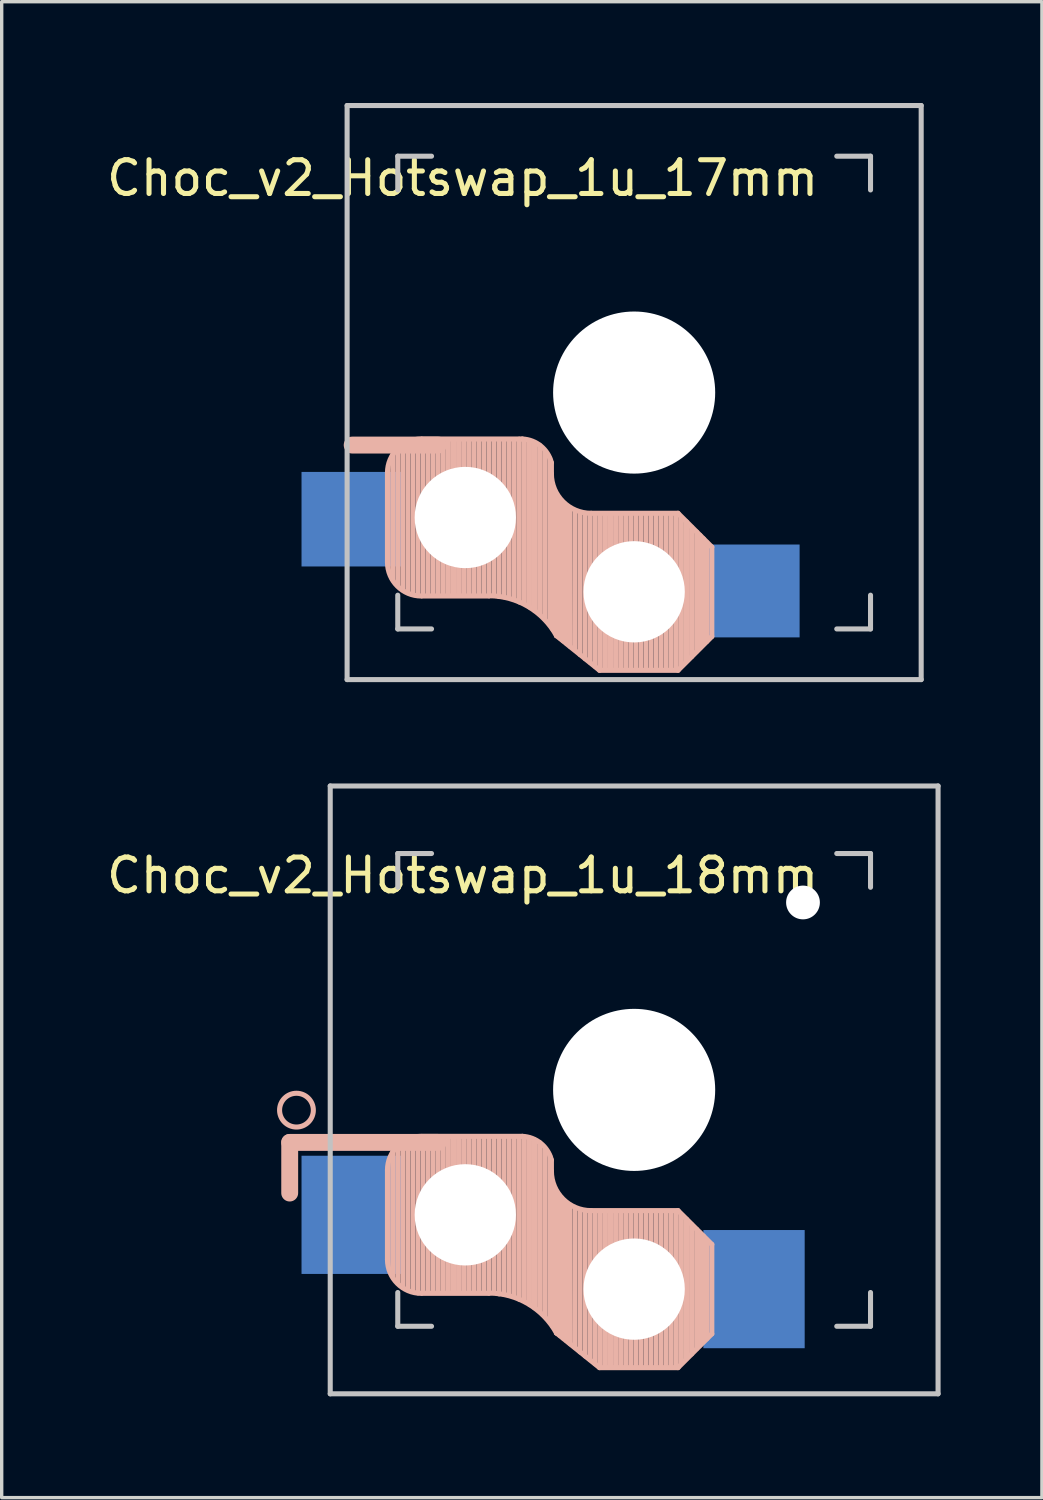
<source format=kicad_pcb>
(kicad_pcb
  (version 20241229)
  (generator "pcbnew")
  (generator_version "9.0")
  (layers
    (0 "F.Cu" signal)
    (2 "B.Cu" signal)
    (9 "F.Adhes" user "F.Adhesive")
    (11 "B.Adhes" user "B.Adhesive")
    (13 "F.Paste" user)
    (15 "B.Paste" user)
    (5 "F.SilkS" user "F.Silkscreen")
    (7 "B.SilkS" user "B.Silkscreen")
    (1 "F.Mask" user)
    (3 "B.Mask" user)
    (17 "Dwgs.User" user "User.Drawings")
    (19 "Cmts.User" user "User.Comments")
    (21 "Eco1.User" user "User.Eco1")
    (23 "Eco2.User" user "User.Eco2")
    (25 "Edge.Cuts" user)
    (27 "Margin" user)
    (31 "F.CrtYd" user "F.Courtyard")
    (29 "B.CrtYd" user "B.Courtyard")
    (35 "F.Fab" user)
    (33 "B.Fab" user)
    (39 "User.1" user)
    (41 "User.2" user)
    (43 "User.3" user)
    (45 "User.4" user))
  (footprint "Choc_v2_Hotswap_1u_17mm"
    (layer "F.Cu")
    (at 15.729 8.575)
    (property "Reference" "Choc_v2_Hotswap_1u_17mm" (at -5.08 -6.35 180) (layer "F.SilkS") (effects (font (size 1 1) (thickness 0.15))))
    (attr through_hole)
    (fp_line (start -7.305 2.375) (end -7.305 5.025) (stroke (width 0.15) (type solid)) (layer "B.SilkS"))
    (fp_line (start -7.15 5.53) (end -7.15 1.85) (stroke (width 0.15) (type solid)) (layer "B.SilkS"))
    (fp_line (start -7 5.7) (end -7 1.73) (stroke (width 0.15) (type solid)) (layer "B.SilkS"))
    (fp_line (start -6.85 5.84) (end -6.85 1.7) (stroke (width 0.15) (type solid)) (layer "B.SilkS"))
    (fp_line (start -6.7 5.92) (end -6.7 1.8) (stroke (width 0.15) (type solid)) (layer "B.SilkS"))
    (fp_line (start -6.55 5.97) (end -6.55 1.65) (stroke (width 0.15) (type solid)) (layer "B.SilkS"))
    (fp_line (start -6.4 6.01) (end -6.4 1.5) (stroke (width 0.15) (type solid)) (layer "B.SilkS"))
    (fp_line (start -6.25 6) (end -6.25 1.4) (stroke (width 0.15) (type solid)) (layer "B.SilkS"))
    (fp_line (start -6.1 6) (end -6.1 1.4) (stroke (width 0.15) (type solid)) (layer "B.SilkS"))
    (fp_line (start -5.95 6) (end -5.95 1.4) (stroke (width 0.15) (type solid)) (layer "B.SilkS"))
    (fp_line (start -5.8 1.555) (end -8.35 1.555) (stroke (width 0.5) (type default)) (layer "B.SilkS"))
    (fp_line (start -5.8 6) (end -5.8 1.4) (stroke (width 0.15) (type solid)) (layer "B.SilkS"))
    (fp_line (start -5.65 6) (end -5.65 1.4) (stroke (width 0.15) (type solid)) (layer "B.SilkS"))
    (fp_line (start -5.5 6) (end -5.5 1.4) (stroke (width 0.15) (type solid)) (layer "B.SilkS"))
    (fp_line (start -5.35 6) (end -5.35 1.4) (stroke (width 0.15) (type solid)) (layer "B.SilkS"))
    (fp_line (start -5.2 6) (end -5.2 1.4) (stroke (width 0.15) (type solid)) (layer "B.SilkS"))
    (fp_line (start -5.05 6) (end -5.05 1.4) (stroke (width 0.15) (type solid)) (layer "B.SilkS"))
    (fp_line (start -4.9 6) (end -4.9 1.4) (stroke (width 0.15) (type solid)) (layer "B.SilkS"))
    (fp_line (start -4.75 6) (end -4.75 1.4) (stroke (width 0.15) (type solid)) (layer "B.SilkS"))
    (fp_line (start -4.6 6) (end -4.6 1.4) (stroke (width 0.15) (type solid)) (layer "B.SilkS"))
    (fp_line (start -4.45 6) (end -4.45 1.4) (stroke (width 0.15) (type solid)) (layer "B.SilkS"))
    (fp_line (start -4.3 6) (end -4.3 1.4) (stroke (width 0.15) (type solid)) (layer "B.SilkS"))
    (fp_line (start -4.3 6.025) (end -6.275 6.025) (stroke (width 0.15) (type solid)) (layer "B.SilkS"))
    (fp_line (start -4.15 6) (end -4.15 1.45) (stroke (width 0.15) (type solid)) (layer "B.SilkS"))
    (fp_line (start -4 6.04) (end -4 1.4) (stroke (width 0.15) (type solid)) (layer "B.SilkS"))
    (fp_line (start -3.85 6.05) (end -3.85 1.4) (stroke (width 0.15) (type solid)) (layer "B.SilkS"))
    (fp_line (start -3.7 6.05) (end -3.7 1.45) (stroke (width 0.15) (type solid)) (layer "B.SilkS"))
    (fp_line (start -3.55 6.1) (end -3.55 1.39) (stroke (width 0.15) (type solid)) (layer "B.SilkS"))
    (fp_line (start -3.4 6.2) (end -3.4 1.38) (stroke (width 0.15) (type solid)) (layer "B.SilkS"))
    (fp_line (start -3.311 1.375) (end -6.275 1.375) (stroke (width 0.15) (type solid)) (layer "B.SilkS"))
    (fp_line (start -3.25 6.25) (end -3.25 1.4) (stroke (width 0.15) (type solid)) (layer "B.SilkS"))
    (fp_line (start -3.1 6.35) (end -3.1 1.43) (stroke (width 0.15) (type solid)) (layer "B.SilkS"))
    (fp_line (start -2.95 6.45) (end -2.95 1.48) (stroke (width 0.15) (type solid)) (layer "B.SilkS"))
    (fp_line (start -2.8 6.55) (end -2.8 1.56) (stroke (width 0.15) (type solid)) (layer "B.SilkS"))
    (fp_line (start -2.65 6.7) (end -2.65 1.75) (stroke (width 0.15) (type solid)) (layer "B.SilkS"))
    (fp_line (start -2.5 6.85) (end -2.5 1.95) (stroke (width 0.15) (type solid)) (layer "B.SilkS"))
    (fp_line (start -2.45 2.4) (end -2.45 2.077) (stroke (width 0.15) (type default)) (layer "B.SilkS"))
    (fp_line (start -2.4 7.02) (end -2.4 2.9) (stroke (width 0.15) (type solid)) (layer "B.SilkS"))
    (fp_line (start -2.3 7.2) (end -2.3 3.05) (stroke (width 0.15) (type solid)) (layer "B.SilkS"))
    (fp_line (start -2.3 7.2) (end -1.025 8.225) (stroke (width 0.15) (type solid)) (layer "B.SilkS"))
    (fp_line (start -2.2 7.27) (end -2.2 3.25) (stroke (width 0.15) (type solid)) (layer "B.SilkS"))
    (fp_line (start -2.1 7.35) (end -2.1 3.35) (stroke (width 0.15) (type solid)) (layer "B.SilkS"))
    (fp_line (start -2 7.43) (end -2 3.4) (stroke (width 0.15) (type solid)) (layer "B.SilkS"))
    (fp_line (start -1.89 7.52) (end -1.9 3.45) (stroke (width 0.15) (type solid)) (layer "B.SilkS"))
    (fp_line (start -1.75 7.62) (end -1.75 3.5) (stroke (width 0.15) (type solid)) (layer "B.SilkS"))
    (fp_line (start -1.6 7.76) (end -1.6 3.6) (stroke (width 0.15) (type solid)) (layer "B.SilkS"))
    (fp_line (start -1.45 7.88) (end -1.45 3.6) (stroke (width 0.15) (type solid)) (layer "B.SilkS"))
    (fp_line (start -1.3 7.99) (end -1.3 3.6) (stroke (width 0.15) (type solid)) (layer "B.SilkS"))
    (fp_line (start -1.15 8.11) (end -1.15 3.65) (stroke (width 0.15) (type solid)) (layer "B.SilkS"))
    (fp_line (start -1 8.2) (end -1 3.6) (stroke (width 0.15) (type solid)) (layer "B.SilkS"))
    (fp_line (start -0.85 8.2) (end -0.85 3.6) (stroke (width 0.15) (type solid)) (layer "B.SilkS"))
    (fp_line (start -0.7 8.2) (end -0.7 3.6) (stroke (width 0.15) (type solid)) (layer "B.SilkS"))
    (fp_line (start -0.55 8.2) (end -0.55 3.6) (stroke (width 0.15) (type solid)) (layer "B.SilkS"))
    (fp_line (start -0.4 8.2) (end -0.4 3.6) (stroke (width 0.15) (type solid)) (layer "B.SilkS"))
    (fp_line (start -0.25 8.2) (end -0.25 3.6) (stroke (width 0.15) (type solid)) (layer "B.SilkS"))
    (fp_line (start -0.1 8.2) (end -0.1 3.6) (stroke (width 0.15) (type solid)) (layer "B.SilkS"))
    (fp_line (start 0.05 8.2) (end 0.05 3.6) (stroke (width 0.15) (type solid)) (layer "B.SilkS"))
    (fp_line (start 0.2 8.2) (end 0.2 3.6) (stroke (width 0.15) (type solid)) (layer "B.SilkS"))
    (fp_line (start 0.35 8.2) (end 0.35 3.6) (stroke (width 0.15) (type solid)) (layer "B.SilkS"))
    (fp_line (start 0.5 8.2) (end 0.5 3.6) (stroke (width 0.15) (type solid)) (layer "B.SilkS"))
    (fp_line (start 0.65 8.2) (end 0.65 3.6) (stroke (width 0.15) (type solid)) (layer "B.SilkS"))
    (fp_line (start 0.8 8.2) (end 0.8 3.6) (stroke (width 0.15) (type solid)) (layer "B.SilkS"))
    (fp_line (start 0.95 8.2) (end 0.95 3.6) (stroke (width 0.15) (type solid)) (layer "B.SilkS"))
    (fp_line (start 1.1 8.2) (end 1.1 3.6) (stroke (width 0.15) (type solid)) (layer "B.SilkS"))
    (fp_line (start 1.25 8.2) (end 1.25 3.6) (stroke (width 0.15) (type solid)) (layer "B.SilkS"))
    (fp_line (start 1.3 3.575) (end -1.275 3.575) (stroke (width 0.15) (type solid)) (layer "B.SilkS"))
    (fp_line (start 1.3 8.225) (end -1.025 8.225) (stroke (width 0.15) (type solid)) (layer "B.SilkS"))
    (fp_line (start 1.4 8.09) (end 1.4 3.7) (stroke (width 0.15) (type solid)) (layer "B.SilkS"))
    (fp_line (start 1.55 7.95) (end 1.55 3.83) (stroke (width 0.15) (type solid)) (layer "B.SilkS"))
    (fp_line (start 1.7 7.82) (end 1.7 3.99) (stroke (width 0.15) (type solid)) (layer "B.SilkS"))
    (fp_line (start 1.85 7.66) (end 1.85 4.13) (stroke (width 0.15) (type solid)) (layer "B.SilkS"))
    (fp_line (start 1.95 7.56) (end 1.95 4.23) (stroke (width 0.15) (type solid)) (layer "B.SilkS"))
    (fp_line (start 2.05 7.45) (end 2.05 4.33) (stroke (width 0.15) (type solid)) (layer "B.SilkS"))
    (fp_line (start 2.15 7.37) (end 2.15 4.44) (stroke (width 0.15) (type solid)) (layer "B.SilkS"))
    (fp_line (start 2.3 4.575) (end 1.3 3.575) (stroke (width 0.15) (type solid)) (layer "B.SilkS"))
    (fp_line (start 2.3 4.575) (end 2.3 7.225) (stroke (width 0.15) (type solid)) (layer "B.SilkS"))
    (fp_line (start 2.3 7.225) (end 1.3 8.225) (stroke (width 0.15) (type solid)) (layer "B.SilkS"))
    (fp_arc (start -7.305 2.375) (mid -7.012107 1.667893) (end -6.305 1.375) (stroke (width 0.15) (type solid)) (layer "B.SilkS"))
    (fp_arc (start -6.305 6.025) (mid -7.012107 5.732107) (end -7.305 5.025) (stroke (width 0.15) (type solid)) (layer "B.SilkS"))
    (fp_arc (start -4.3 6.017458) (mid -3.138277 6.335211) (end -2.3 7.2) (stroke (width 0.15) (type solid)) (layer "B.SilkS"))
    (fp_arc (start -3.311204 1.375) (mid -2.763915 1.58277) (end -2.45 2.076887) (stroke (width 0.15) (type solid)) (layer "B.SilkS"))
    (fp_arc (start -1.275 3.575) (mid -2.10585 3.23085) (end -2.45 2.4) (stroke (width 0.15) (type solid)) (layer "B.SilkS"))
    (fp_line (start -8.5 -8.5) (end 8.5 -8.5) (stroke (width 0.15) (type solid)) (layer "Dwgs.User"))
    (fp_line (start -8.5 8.5) (end -8.5 -8.5) (stroke (width 0.15) (type solid)) (layer "Dwgs.User"))
    (fp_line (start -7 -7) (end -6 -7) (stroke (width 0.15) (type solid)) (layer "Dwgs.User"))
    (fp_line (start -7 -6) (end -7 -7) (stroke (width 0.15) (type solid)) (layer "Dwgs.User"))
    (fp_line (start -7 7) (end -7 6) (stroke (width 0.15) (type solid)) (layer "Dwgs.User"))
    (fp_line (start -6 7) (end -7 7) (stroke (width 0.15) (type solid)) (layer "Dwgs.User"))
    (fp_line (start 6 7) (end 7 7) (stroke (width 0.15) (type solid)) (layer "Dwgs.User"))
    (fp_line (start 7 -7) (end 6 -7) (stroke (width 0.15) (type solid)) (layer "Dwgs.User"))
    (fp_line (start 7 -6) (end 7 -7) (stroke (width 0.15) (type solid)) (layer "Dwgs.User"))
    (fp_line (start 7 7) (end 7 6) (stroke (width 0.15) (type solid)) (layer "Dwgs.User"))
    (fp_line (start 8.5 -8.5) (end 8.5 8.5) (stroke (width 0.15) (type solid)) (layer "Dwgs.User"))
    (fp_line (start 8.5 8.5) (end -8.5 8.5) (stroke (width 0.15) (type solid)) (layer "Dwgs.User"))
    (pad "" np_thru_hole circle (at -5 3.7 90) (size 3 3) (drill 3) (layers "*.Cu" "*.Mask"))
    (pad "" np_thru_hole circle (at 0 0 90) (size 4.8 4.8) (drill 4.8) (layers "*.Cu" "*.Mask"))
    (pad "" np_thru_hole circle (at 0 5.9 90) (size 3 3) (drill 3) (layers "*.Cu" "*.Mask"))
    (pad "1" smd rect (at -8.35 3.75 180) (size 3 2.8) (layers "B.Cu" "B.Mask" "B.Paste"))
    (pad "2" smd rect (at 3.475 5.875 180) (size 2.85 2.75) (layers "B.Cu" "B.Mask" "B.Paste")))
  (footprint "Choc_v2_Hotswap_1u_18mm"
    (layer "F.Cu")
    (at 15.729 29.225)
    (property "Reference" "Choc_v2_Hotswap_1u_18mm" (at -5.08 -6.35 180) (layer "F.SilkS") (effects (font (size 1 1) (thickness 0.15))))
    (attr through_hole)
    (fp_line (start -10.2 1.555) (end -10.2 3.055) (stroke (width 0.5) (type default)) (layer "B.SilkS"))
    (fp_line (start -7.305 2.375) (end -7.305 5.025) (stroke (width 0.15) (type solid)) (layer "B.SilkS"))
    (fp_line (start -7.15 5.53) (end -7.15 1.85) (stroke (width 0.15) (type solid)) (layer "B.SilkS"))
    (fp_line (start -7 5.7) (end -7 1.73) (stroke (width 0.15) (type solid)) (layer "B.SilkS"))
    (fp_line (start -6.85 5.84) (end -6.85 1.7) (stroke (width 0.15) (type solid)) (layer "B.SilkS"))
    (fp_line (start -6.7 5.92) (end -6.7 1.8) (stroke (width 0.15) (type solid)) (layer "B.SilkS"))
    (fp_line (start -6.55 5.97) (end -6.55 1.65) (stroke (width 0.15) (type solid)) (layer "B.SilkS"))
    (fp_line (start -6.4 6.01) (end -6.4 1.5) (stroke (width 0.15) (type solid)) (layer "B.SilkS"))
    (fp_line (start -6.25 6) (end -6.25 1.4) (stroke (width 0.15) (type solid)) (layer "B.SilkS"))
    (fp_line (start -6.1 6) (end -6.1 1.4) (stroke (width 0.15) (type solid)) (layer "B.SilkS"))
    (fp_line (start -5.95 6) (end -5.95 1.4) (stroke (width 0.15) (type solid)) (layer "B.SilkS"))
    (fp_line (start -5.8 1.555) (end -10.2 1.555) (stroke (width 0.5) (type default)) (layer "B.SilkS"))
    (fp_line (start -5.8 6) (end -5.8 1.4) (stroke (width 0.15) (type solid)) (layer "B.SilkS"))
    (fp_line (start -5.65 6) (end -5.65 1.4) (stroke (width 0.15) (type solid)) (layer "B.SilkS"))
    (fp_line (start -5.5 6) (end -5.5 1.4) (stroke (width 0.15) (type solid)) (layer "B.SilkS"))
    (fp_line (start -5.35 6) (end -5.35 1.4) (stroke (width 0.15) (type solid)) (layer "B.SilkS"))
    (fp_line (start -5.2 6) (end -5.2 1.4) (stroke (width 0.15) (type solid)) (layer "B.SilkS"))
    (fp_line (start -5.05 6) (end -5.05 1.4) (stroke (width 0.15) (type solid)) (layer "B.SilkS"))
    (fp_line (start -4.9 6) (end -4.9 1.4) (stroke (width 0.15) (type solid)) (layer "B.SilkS"))
    (fp_line (start -4.75 6) (end -4.75 1.4) (stroke (width 0.15) (type solid)) (layer "B.SilkS"))
    (fp_line (start -4.6 6) (end -4.6 1.4) (stroke (width 0.15) (type solid)) (layer "B.SilkS"))
    (fp_line (start -4.45 6) (end -4.45 1.4) (stroke (width 0.15) (type solid)) (layer "B.SilkS"))
    (fp_line (start -4.3 6) (end -4.3 1.4) (stroke (width 0.15) (type solid)) (layer "B.SilkS"))
    (fp_line (start -4.3 6.025) (end -6.275 6.025) (stroke (width 0.15) (type solid)) (layer "B.SilkS"))
    (fp_line (start -4.15 6) (end -4.15 1.45) (stroke (width 0.15) (type solid)) (layer "B.SilkS"))
    (fp_line (start -4 6.04) (end -4 1.4) (stroke (width 0.15) (type solid)) (layer "B.SilkS"))
    (fp_line (start -3.85 6.05) (end -3.85 1.4) (stroke (width 0.15) (type solid)) (layer "B.SilkS"))
    (fp_line (start -3.7 6.05) (end -3.7 1.45) (stroke (width 0.15) (type solid)) (layer "B.SilkS"))
    (fp_line (start -3.55 6.1) (end -3.55 1.39) (stroke (width 0.15) (type solid)) (layer "B.SilkS"))
    (fp_line (start -3.4 6.2) (end -3.4 1.38) (stroke (width 0.15) (type solid)) (layer "B.SilkS"))
    (fp_line (start -3.311 1.375) (end -6.275 1.375) (stroke (width 0.15) (type solid)) (layer "B.SilkS"))
    (fp_line (start -3.25 6.25) (end -3.25 1.4) (stroke (width 0.15) (type solid)) (layer "B.SilkS"))
    (fp_line (start -3.1 6.35) (end -3.1 1.43) (stroke (width 0.15) (type solid)) (layer "B.SilkS"))
    (fp_line (start -2.95 6.45) (end -2.95 1.48) (stroke (width 0.15) (type solid)) (layer "B.SilkS"))
    (fp_line (start -2.8 6.55) (end -2.8 1.56) (stroke (width 0.15) (type solid)) (layer "B.SilkS"))
    (fp_line (start -2.65 6.7) (end -2.65 1.75) (stroke (width 0.15) (type solid)) (layer "B.SilkS"))
    (fp_line (start -2.5 6.85) (end -2.5 1.95) (stroke (width 0.15) (type solid)) (layer "B.SilkS"))
    (fp_line (start -2.45 2.4) (end -2.45 2.077) (stroke (width 0.15) (type default)) (layer "B.SilkS"))
    (fp_line (start -2.4 7.02) (end -2.4 2.9) (stroke (width 0.15) (type solid)) (layer "B.SilkS"))
    (fp_line (start -2.3 7.2) (end -2.3 3.05) (stroke (width 0.15) (type solid)) (layer "B.SilkS"))
    (fp_line (start -2.3 7.2) (end -1.025 8.225) (stroke (width 0.15) (type solid)) (layer "B.SilkS"))
    (fp_line (start -2.2 7.27) (end -2.2 3.25) (stroke (width 0.15) (type solid)) (layer "B.SilkS"))
    (fp_line (start -2.1 7.35) (end -2.1 3.35) (stroke (width 0.15) (type solid)) (layer "B.SilkS"))
    (fp_line (start -2 7.43) (end -2 3.4) (stroke (width 0.15) (type solid)) (layer "B.SilkS"))
    (fp_line (start -1.89 7.52) (end -1.9 3.45) (stroke (width 0.15) (type solid)) (layer "B.SilkS"))
    (fp_line (start -1.75 7.62) (end -1.75 3.5) (stroke (width 0.15) (type solid)) (layer "B.SilkS"))
    (fp_line (start -1.6 7.76) (end -1.6 3.6) (stroke (width 0.15) (type solid)) (layer "B.SilkS"))
    (fp_line (start -1.45 7.88) (end -1.45 3.6) (stroke (width 0.15) (type solid)) (layer "B.SilkS"))
    (fp_line (start -1.3 7.99) (end -1.3 3.6) (stroke (width 0.15) (type solid)) (layer "B.SilkS"))
    (fp_line (start -1.15 8.11) (end -1.15 3.65) (stroke (width 0.15) (type solid)) (layer "B.SilkS"))
    (fp_line (start -1 8.2) (end -1 3.6) (stroke (width 0.15) (type solid)) (layer "B.SilkS"))
    (fp_line (start -0.85 8.2) (end -0.85 3.6) (stroke (width 0.15) (type solid)) (layer "B.SilkS"))
    (fp_line (start -0.7 8.2) (end -0.7 3.6) (stroke (width 0.15) (type solid)) (layer "B.SilkS"))
    (fp_line (start -0.55 8.2) (end -0.55 3.6) (stroke (width 0.15) (type solid)) (layer "B.SilkS"))
    (fp_line (start -0.4 8.2) (end -0.4 3.6) (stroke (width 0.15) (type solid)) (layer "B.SilkS"))
    (fp_line (start -0.25 8.2) (end -0.25 3.6) (stroke (width 0.15) (type solid)) (layer "B.SilkS"))
    (fp_line (start -0.1 8.2) (end -0.1 3.6) (stroke (width 0.15) (type solid)) (layer "B.SilkS"))
    (fp_line (start 0.05 8.2) (end 0.05 3.6) (stroke (width 0.15) (type solid)) (layer "B.SilkS"))
    (fp_line (start 0.2 8.2) (end 0.2 3.6) (stroke (width 0.15) (type solid)) (layer "B.SilkS"))
    (fp_line (start 0.35 8.2) (end 0.35 3.6) (stroke (width 0.15) (type solid)) (layer "B.SilkS"))
    (fp_line (start 0.5 8.2) (end 0.5 3.6) (stroke (width 0.15) (type solid)) (layer "B.SilkS"))
    (fp_line (start 0.65 8.2) (end 0.65 3.6) (stroke (width 0.15) (type solid)) (layer "B.SilkS"))
    (fp_line (start 0.8 8.2) (end 0.8 3.6) (stroke (width 0.15) (type solid)) (layer "B.SilkS"))
    (fp_line (start 0.95 8.2) (end 0.95 3.6) (stroke (width 0.15) (type solid)) (layer "B.SilkS"))
    (fp_line (start 1.1 8.2) (end 1.1 3.6) (stroke (width 0.15) (type solid)) (layer "B.SilkS"))
    (fp_line (start 1.25 8.2) (end 1.25 3.6) (stroke (width 0.15) (type solid)) (layer "B.SilkS"))
    (fp_line (start 1.3 3.575) (end -1.275 3.575) (stroke (width 0.15) (type solid)) (layer "B.SilkS"))
    (fp_line (start 1.3 8.225) (end -1.025 8.225) (stroke (width 0.15) (type solid)) (layer "B.SilkS"))
    (fp_line (start 1.4 8.09) (end 1.4 3.7) (stroke (width 0.15) (type solid)) (layer "B.SilkS"))
    (fp_line (start 1.55 7.95) (end 1.55 3.83) (stroke (width 0.15) (type solid)) (layer "B.SilkS"))
    (fp_line (start 1.7 7.82) (end 1.7 3.99) (stroke (width 0.15) (type solid)) (layer "B.SilkS"))
    (fp_line (start 1.85 7.66) (end 1.85 4.13) (stroke (width 0.15) (type solid)) (layer "B.SilkS"))
    (fp_line (start 1.95 7.56) (end 1.95 4.23) (stroke (width 0.15) (type solid)) (layer "B.SilkS"))
    (fp_line (start 2.05 7.45) (end 2.05 4.33) (stroke (width 0.15) (type solid)) (layer "B.SilkS"))
    (fp_line (start 2.15 7.37) (end 2.15 4.44) (stroke (width 0.15) (type solid)) (layer "B.SilkS"))
    (fp_line (start 2.3 4.575) (end 1.3 3.575) (stroke (width 0.15) (type solid)) (layer "B.SilkS"))
    (fp_line (start 2.3 4.575) (end 2.3 7.225) (stroke (width 0.15) (type solid)) (layer "B.SilkS"))
    (fp_line (start 2.3 7.225) (end 1.3 8.225) (stroke (width 0.15) (type solid)) (layer "B.SilkS"))
    (fp_arc (start -7.305 2.375) (mid -7.012107 1.667893) (end -6.305 1.375) (stroke (width 0.15) (type solid)) (layer "B.SilkS"))
    (fp_arc (start -6.305 6.025) (mid -7.012107 5.732107) (end -7.305 5.025) (stroke (width 0.15) (type solid)) (layer "B.SilkS"))
    (fp_arc (start -4.3 6.017458) (mid -3.138277 6.335211) (end -2.3 7.2) (stroke (width 0.15) (type solid)) (layer "B.SilkS"))
    (fp_arc (start -3.311204 1.375) (mid -2.763915 1.58277) (end -2.45 2.076887) (stroke (width 0.15) (type solid)) (layer "B.SilkS"))
    (fp_arc (start -1.275 3.575) (mid -2.10585 3.23085) (end -2.45 2.4) (stroke (width 0.15) (type solid)) (layer "B.SilkS"))
    (fp_circle (center -10 0.6) (end -9.5 0.6) (stroke (width 0.15) (type default)) (fill no) (layer "B.SilkS"))
    (fp_line (start -9 -9) (end 9 -9) (stroke (width 0.15) (type solid)) (layer "Dwgs.User"))
    (fp_line (start -9 9) (end -9 -9) (stroke (width 0.15) (type solid)) (layer "Dwgs.User"))
    (fp_line (start -7 -7) (end -6 -7) (stroke (width 0.15) (type solid)) (layer "Dwgs.User"))
    (fp_line (start -7 -6) (end -7 -7) (stroke (width 0.15) (type solid)) (layer "Dwgs.User"))
    (fp_line (start -7 7) (end -7 6) (stroke (width 0.15) (type solid)) (layer "Dwgs.User"))
    (fp_line (start -6 7) (end -7 7) (stroke (width 0.15) (type solid)) (layer "Dwgs.User"))
    (fp_line (start 6 7) (end 7 7) (stroke (width 0.15) (type solid)) (layer "Dwgs.User"))
    (fp_line (start 7 -7) (end 6 -7) (stroke (width 0.15) (type solid)) (layer "Dwgs.User"))
    (fp_line (start 7 -6) (end 7 -7) (stroke (width 0.15) (type solid)) (layer "Dwgs.User"))
    (fp_line (start 7 7) (end 7 6) (stroke (width 0.15) (type solid)) (layer "Dwgs.User"))
    (fp_line (start 9 -9) (end 9 9) (stroke (width 0.15) (type solid)) (layer "Dwgs.User"))
    (fp_line (start 9 9) (end -9 9) (stroke (width 0.15) (type solid)) (layer "Dwgs.User"))
    (pad "" np_thru_hole circle (at -5 3.7 90) (size 3 3) (drill 3) (layers "*.Cu" "*.Mask"))
    (pad "" np_thru_hole circle (at 0 0 90) (size 4.8 4.8) (drill 4.8) (layers "*.Cu" "*.Mask"))
    (pad "" np_thru_hole circle (at 0 5.9 90) (size 3 3) (drill 3) (layers "*.Cu" "*.Mask"))
    (pad "" np_thru_hole circle (at 5 -5.55) (size 1 1) (drill oval 1) (layers "*.Cu" "*.Mask"))
    (pad "1" smd rect (at -8.35 3.7 180) (size 3 3.5) (layers "B.Cu" "B.Mask" "B.Paste"))
    (pad "2" smd rect (at 3.55 5.9 180) (size 3 3.5) (layers "B.Cu" "B.Mask" "B.Paste")))
  (gr_rect
    (start -3 -3)
    (end 27.804 41.3)
    (stroke (width 0.1) (type default))
    (fill no)
    (layer "Edge.Cuts")))
</source>
